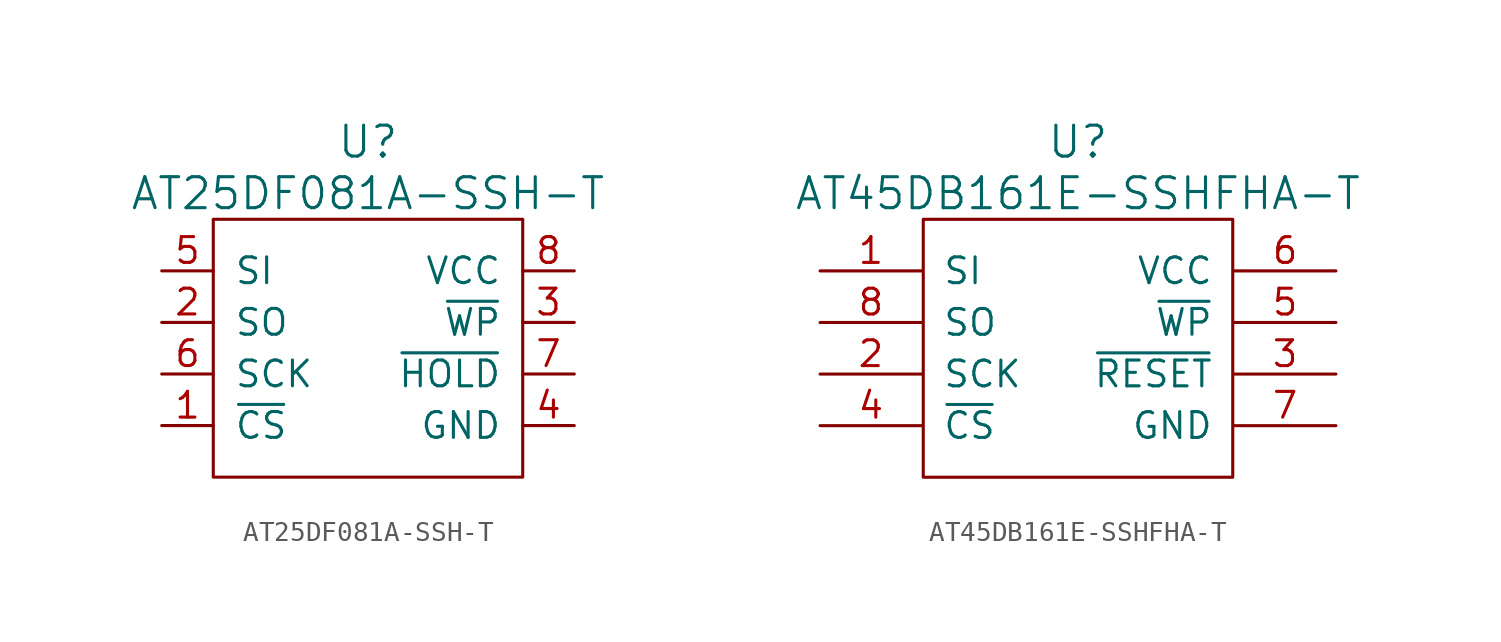
<source format=kicad_sym>
(kicad_symbol_lib
  (version 20220914)
  (generator kicad_symbol_editor)
  (symbol "AT25DF081A-SSH-T"
    (pin_names
      (offset 1.016))
    (property "Reference" "U"
      (at 7.62 16.51 0)
      (effects (font (size 1.524 1.524))))
    (property "Value" "AT25DF081A-SSH-T"
      (at 7.62 13.97 0)
      (effects (font (size 1.524 1.524))))
    (symbol "AT25DF081A-SSH-T_0_1"
      (rectangle (start 0 12.7) (end 15.24 0) (stroke (width 0) (type solid)) (fill (type none))))
    (symbol "AT25DF081A-SSH-T_1_1"
      (pin input line (at -2.54 2.54 0) (length 2.54) (name "~{CS}" (effects (font (size 1.27 1.27)))) (number "1" (effects (font (size 1.27 1.27)))))
      (pin output line (at -2.54 7.62 0) (length 2.54) (name "SO" (effects (font (size 1.27 1.27)))) (number "2" (effects (font (size 1.27 1.27)))))
      (pin input line (at 17.78 7.62 180) (length 2.54) (name "~{WP}" (effects (font (size 1.27 1.27)))) (number "3" (effects (font (size 1.27 1.27)))))
      (pin power_in line (at 17.78 2.54 180) (length 2.54) (name "GND" (effects (font (size 1.27 1.27)))) (number "4" (effects (font (size 1.27 1.27)))))
      (pin input line (at -2.54 10.16 0) (length 2.54) (name "SI" (effects (font (size 1.27 1.27)))) (number "5" (effects (font (size 1.27 1.27)))))
      (pin input line (at -2.54 5.08 0) (length 2.54) (name "SCK" (effects (font (size 1.27 1.27)))) (number "6" (effects (font (size 1.27 1.27)))))
      (pin input line (at 17.78 5.08 180) (length 2.54) (name "~{HOLD}" (effects (font (size 1.27 1.27)))) (number "7" (effects (font (size 1.27 1.27)))))
      (pin power_in line (at 17.78 10.16 180) (length 2.54) (name "VCC" (effects (font (size 1.27 1.27)))) (number "8" (effects (font (size 1.27 1.27)))))))
  (symbol "AT45DB161E-SSHFHA-T"
    (pin_names
      (offset 1.016))
    (property "Reference" "U"
      (at 7.62 16.51 0)
      (effects (font (size 1.524 1.524))))
    (property "Value" "AT45DB161E-SSHFHA-T"
      (at 7.62 13.97 0)
      (effects (font (size 1.524 1.524))))
    (property "Datasheet" ""
      (at 5.08 6.35 0)
      (effects (font (size 1.524 1.524))))
    (symbol "AT45DB161E-SSHFHA-T_0_1"
      (rectangle (start 0 12.7) (end 15.24 0) (stroke (width 0) (type solid)) (fill (type none))))
    (symbol "AT45DB161E-SSHFHA-T_1_1"
      (pin input line (at -5.08 10.16 0) (length 5.004) (name "SI" (effects (font (size 1.27 1.27)))) (number "1" (effects (font (size 1.27 1.27)))))
      (pin input line (at -5.08 5.08 0) (length 5.004) (name "SCK" (effects (font (size 1.27 1.27)))) (number "2" (effects (font (size 1.27 1.27)))))
      (pin input line (at 20.32 5.08 180) (length 5.004) (name "~{RESET}" (effects (font (size 1.27 1.27)))) (number "3" (effects (font (size 1.27 1.27)))))
      (pin input line (at -5.08 2.54 0) (length 5.004) (name "~{CS}" (effects (font (size 1.27 1.27)))) (number "4" (effects (font (size 1.27 1.27)))))
      (pin input line (at 20.32 7.62 180) (length 5.004) (name "~{WP}" (effects (font (size 1.27 1.27)))) (number "5" (effects (font (size 1.27 1.27)))))
      (pin power_in line (at 20.32 10.16 180) (length 5.004) (name "VCC" (effects (font (size 1.27 1.27)))) (number "6" (effects (font (size 1.27 1.27)))))
      (pin power_in line (at 20.32 2.54 180) (length 5.004) (name "GND" (effects (font (size 1.27 1.27)))) (number "7" (effects (font (size 1.27 1.27)))))
      (pin output line (at -5.08 7.62 0) (length 5.004) (name "SO" (effects (font (size 1.27 1.27)))) (number "8" (effects (font (size 1.27 1.27))))))))
</source>
